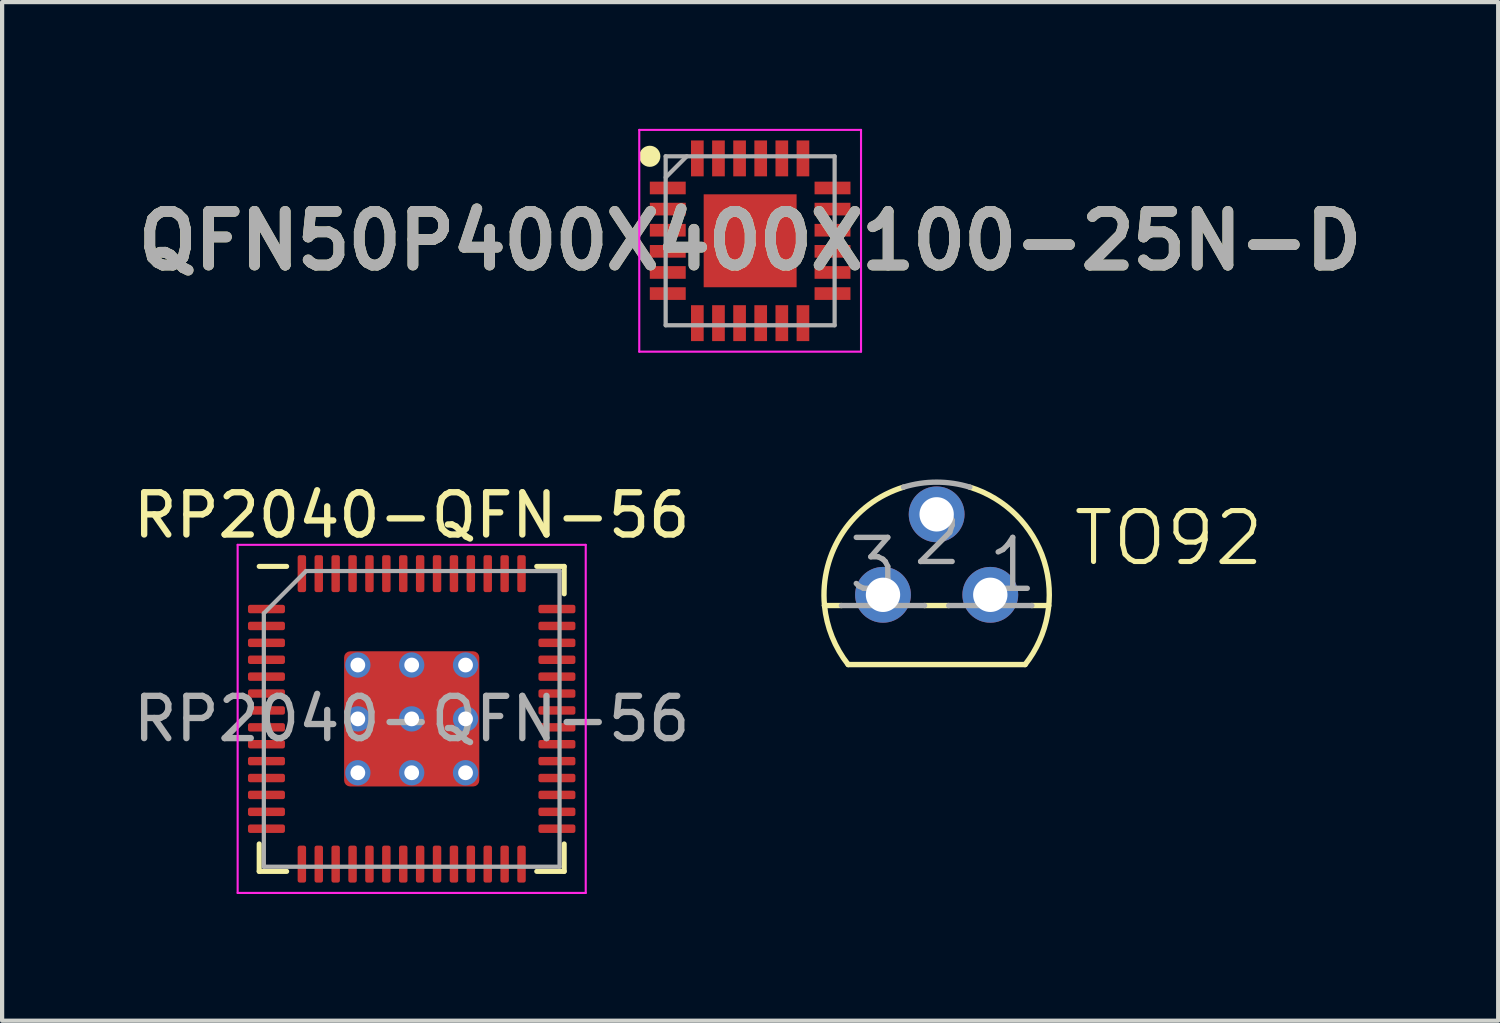
<source format=kicad_pcb>
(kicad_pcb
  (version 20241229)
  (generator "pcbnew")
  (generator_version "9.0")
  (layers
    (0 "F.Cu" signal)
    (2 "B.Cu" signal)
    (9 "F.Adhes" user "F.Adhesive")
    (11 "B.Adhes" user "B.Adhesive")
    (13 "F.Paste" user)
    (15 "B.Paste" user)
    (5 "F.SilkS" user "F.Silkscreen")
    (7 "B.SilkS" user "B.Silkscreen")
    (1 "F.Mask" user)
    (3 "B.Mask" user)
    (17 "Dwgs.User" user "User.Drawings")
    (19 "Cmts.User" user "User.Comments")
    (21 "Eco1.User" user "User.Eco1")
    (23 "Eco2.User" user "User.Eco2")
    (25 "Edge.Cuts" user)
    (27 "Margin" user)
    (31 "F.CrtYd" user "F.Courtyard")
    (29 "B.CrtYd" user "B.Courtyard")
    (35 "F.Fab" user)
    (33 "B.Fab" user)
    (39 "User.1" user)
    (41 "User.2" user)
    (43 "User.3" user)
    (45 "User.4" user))
  (footprint "TO92"
    (layer "F.Cu")
    (at 19.123 11.031)
    (property "Reference" "TO92" (at 3.175 -0.635 180) (layer "F.SilkS") (effects (font (size 1.206 1.206) (thickness 0.121)) (justify left bottom)))
    (attr through_hole)
    (fp_line (start -2.655 0.254) (end -2.254 0.254) (stroke (width 0.127) (type solid)) (layer "F.SilkS"))
    (fp_line (start -2.095 1.651) (end 2.095 1.651) (stroke (width 0.127) (type solid)) (layer "F.SilkS"))
    (fp_line (start -0.286 0.254) (end 0.286 0.254) (stroke (width 0.127) (type solid)) (layer "F.SilkS"))
    (fp_line (start 2.254 0.254) (end 2.655 0.254) (stroke (width 0.127) (type solid)) (layer "F.SilkS"))
    (fp_arc (start -2.6549 0.254) (mid -2.219001 -1.479566) (end -0.786299 -2.548501) (stroke (width 0.127) (type solid)) (layer "F.SilkS"))
    (fp_arc (start -2.0946 1.651) (mid -2.475347 0.992847) (end -2.654901 0.254) (stroke (width 0.127) (type solid)) (layer "F.SilkS"))
    (fp_arc (start 0.7863 -2.5484) (mid 2.546275 -0.793203) (end 2.094499 1.651) (stroke (width 0.127) (type solid)) (layer "F.SilkS"))
    (fp_line (start -2.254 0.254) (end -0.286 0.254) (stroke (width 0.127) (type solid)) (layer "F.Fab"))
    (fp_line (start 0.286 0.254) (end 2.254 0.254) (stroke (width 0.127) (type solid)) (layer "F.Fab"))
    (fp_arc (start -0.7863 -2.5485) (mid 0 -2.667043) (end 0.7863 -2.5485) (stroke (width 0.127) (type solid)) (layer "F.Fab"))
    (fp_text user "2" (at -0.635 -0.635 0) (layer "F.Fab") (effects (font (size 1.206 1.206) (thickness 0.127)) (justify left bottom)))
    (fp_text user "3" (at -2.159 0 0) (layer "F.Fab") (effects (font (size 1.206 1.206) (thickness 0.127)) (justify left bottom)))
    (fp_text user "1" (at 1.143 0 0) (layer "F.Fab") (effects (font (size 1.206 1.206) (thickness 0.127)) (justify left bottom)))
    (pad "1" thru_hole circle (at 1.27 0) (size 1.321 1.321) (drill 0.813) (layers "*.Cu" "*.Mask"))
    (pad "2" thru_hole circle (at 0 -1.905) (size 1.321 1.321) (drill 0.813) (layers "*.Cu" "*.Mask"))
    (pad "3" thru_hole circle (at -1.27 0) (size 1.321 1.321) (drill 0.813) (layers "*.Cu" "*.Mask")))
  (footprint "QFN50P400X400X100-25N-D"
    (layer "F.Cu")
    (at 14.708 2.65)
    (property "Reference" "QFN50P400X400X100-25N-D" (at 0 0 0) (layer "F.SilkS") (effects (font (size 1.27 1.27) (thickness 0.254))))
    (attr smd)
    (fp_circle (center -2.375 -2) (end -2.375 -1.875) (stroke (width 0.25) (type solid)) (fill no) (layer "F.SilkS"))
    (fp_line (start -2.625 -2.625) (end 2.625 -2.625) (stroke (width 0.05) (type solid)) (layer "F.CrtYd"))
    (fp_line (start -2.625 2.625) (end -2.625 -2.625) (stroke (width 0.05) (type solid)) (layer "F.CrtYd"))
    (fp_line (start 2.625 -2.625) (end 2.625 2.625) (stroke (width 0.05) (type solid)) (layer "F.CrtYd"))
    (fp_line (start 2.625 2.625) (end -2.625 2.625) (stroke (width 0.05) (type solid)) (layer "F.CrtYd"))
    (fp_line (start -2 -2) (end 2 -2) (stroke (width 0.1) (type solid)) (layer "F.Fab"))
    (fp_line (start -2 -1.5) (end -1.5 -2) (stroke (width 0.1) (type solid)) (layer "F.Fab"))
    (fp_line (start -2 2) (end -2 -2) (stroke (width 0.1) (type solid)) (layer "F.Fab"))
    (fp_line (start 2 -2) (end 2 2) (stroke (width 0.1) (type solid)) (layer "F.Fab"))
    (fp_line (start 2 2) (end -2 2) (stroke (width 0.1) (type solid)) (layer "F.Fab"))
    (fp_text user "${REFERENCE}" (at 0 0 0) (layer "F.Fab") (effects (font (size 1.27 1.27) (thickness 0.254))))
    (pad "1" smd rect (at -1.95 -1.25 90) (size 0.3 0.85) (layers "F.Cu" "F.Mask" "F.Paste"))
    (pad "2" smd rect (at -1.95 -0.75 90) (size 0.3 0.85) (layers "F.Cu" "F.Mask" "F.Paste"))
    (pad "3" smd rect (at -1.95 -0.25 90) (size 0.3 0.85) (layers "F.Cu" "F.Mask" "F.Paste"))
    (pad "4" smd rect (at -1.95 0.25 90) (size 0.3 0.85) (layers "F.Cu" "F.Mask" "F.Paste"))
    (pad "5" smd rect (at -1.95 0.75 90) (size 0.3 0.85) (layers "F.Cu" "F.Mask" "F.Paste"))
    (pad "6" smd rect (at -1.95 1.25 90) (size 0.3 0.85) (layers "F.Cu" "F.Mask" "F.Paste"))
    (pad "7" smd rect (at -1.25 1.95) (size 0.3 0.85) (layers "F.Cu" "F.Mask" "F.Paste"))
    (pad "8" smd rect (at -0.75 1.95) (size 0.3 0.85) (layers "F.Cu" "F.Mask" "F.Paste"))
    (pad "9" smd rect (at -0.25 1.95) (size 0.3 0.85) (layers "F.Cu" "F.Mask" "F.Paste"))
    (pad "10" smd rect (at 0.25 1.95) (size 0.3 0.85) (layers "F.Cu" "F.Mask" "F.Paste"))
    (pad "11" smd rect (at 0.75 1.95) (size 0.3 0.85) (layers "F.Cu" "F.Mask" "F.Paste"))
    (pad "12" smd rect (at 1.25 1.95) (size 0.3 0.85) (layers "F.Cu" "F.Mask" "F.Paste"))
    (pad "13" smd rect (at 1.95 1.25 90) (size 0.3 0.85) (layers "F.Cu" "F.Mask" "F.Paste"))
    (pad "14" smd rect (at 1.95 0.75 90) (size 0.3 0.85) (layers "F.Cu" "F.Mask" "F.Paste"))
    (pad "15" smd rect (at 1.95 0.25 90) (size 0.3 0.85) (layers "F.Cu" "F.Mask" "F.Paste"))
    (pad "16" smd rect (at 1.95 -0.25 90) (size 0.3 0.85) (layers "F.Cu" "F.Mask" "F.Paste"))
    (pad "17" smd rect (at 1.95 -0.75 90) (size 0.3 0.85) (layers "F.Cu" "F.Mask" "F.Paste"))
    (pad "18" smd rect (at 1.95 -1.25 90) (size 0.3 0.85) (layers "F.Cu" "F.Mask" "F.Paste"))
    (pad "19" smd rect (at 1.25 -1.95) (size 0.3 0.85) (layers "F.Cu" "F.Mask" "F.Paste"))
    (pad "20" smd rect (at 0.75 -1.95) (size 0.3 0.85) (layers "F.Cu" "F.Mask" "F.Paste"))
    (pad "21" smd rect (at 0.25 -1.95) (size 0.3 0.85) (layers "F.Cu" "F.Mask" "F.Paste"))
    (pad "22" smd rect (at -0.25 -1.95) (size 0.3 0.85) (layers "F.Cu" "F.Mask" "F.Paste"))
    (pad "23" smd rect (at -0.75 -1.95) (size 0.3 0.85) (layers "F.Cu" "F.Mask" "F.Paste"))
    (pad "24" smd rect (at -1.25 -1.95) (size 0.3 0.85) (layers "F.Cu" "F.Mask" "F.Paste"))
    (pad "25" smd rect (at 0 0) (size 2.2 2.2) (layers "F.Cu" "F.Mask" "F.Paste")))
  (footprint "RP2040-QFN-56"
    (layer "F.Cu")
    (at 6.696 13.968)
    (property "Reference" "RP2040-QFN-56" (at 0 -4.82 0) (layer "F.SilkS") (effects (font (size 1 1) (thickness 0.15))))
    (attr smd)
    (fp_line (start -3.61 3.61) (end -3.61 2.96) (stroke (width 0.12) (type solid)) (layer "F.SilkS"))
    (fp_line (start -2.96 -3.61) (end -3.61 -3.61) (stroke (width 0.12) (type solid)) (layer "F.SilkS"))
    (fp_line (start -2.96 3.61) (end -3.61 3.61) (stroke (width 0.12) (type solid)) (layer "F.SilkS"))
    (fp_line (start 2.96 -3.61) (end 3.61 -3.61) (stroke (width 0.12) (type solid)) (layer "F.SilkS"))
    (fp_line (start 2.96 3.61) (end 3.61 3.61) (stroke (width 0.12) (type solid)) (layer "F.SilkS"))
    (fp_line (start 3.61 -3.61) (end 3.61 -2.96) (stroke (width 0.12) (type solid)) (layer "F.SilkS"))
    (fp_line (start 3.61 3.61) (end 3.61 2.96) (stroke (width 0.12) (type solid)) (layer "F.SilkS"))
    (fp_line (start -4.12 -4.12) (end -4.12 4.12) (stroke (width 0.05) (type solid)) (layer "F.CrtYd"))
    (fp_line (start -4.12 4.12) (end 4.12 4.12) (stroke (width 0.05) (type solid)) (layer "F.CrtYd"))
    (fp_line (start 4.12 -4.12) (end -4.12 -4.12) (stroke (width 0.05) (type solid)) (layer "F.CrtYd"))
    (fp_line (start 4.12 4.12) (end 4.12 -4.12) (stroke (width 0.05) (type solid)) (layer "F.CrtYd"))
    (fp_line (start -3.5 -2.5) (end -2.5 -3.5) (stroke (width 0.1) (type solid)) (layer "F.Fab"))
    (fp_line (start -3.5 3.5) (end -3.5 -2.5) (stroke (width 0.1) (type solid)) (layer "F.Fab"))
    (fp_line (start -2.5 -3.5) (end 3.5 -3.5) (stroke (width 0.1) (type solid)) (layer "F.Fab"))
    (fp_line (start 3.5 -3.5) (end 3.5 3.5) (stroke (width 0.1) (type solid)) (layer "F.Fab"))
    (fp_line (start 3.5 3.5) (end -3.5 3.5) (stroke (width 0.1) (type solid)) (layer "F.Fab"))
    (fp_text user "${REFERENCE}" (at 0 0 0) (layer "F.Fab") (effects (font (size 1 1) (thickness 0.15))))
    (pad "" smd roundrect (at -0.637 -0.637) (size 1.084 1.084) (layers "F.Paste") (roundrect_rratio 0.231))
    (pad "" smd roundrect (at -0.637 0.637) (size 1.084 1.084) (layers "F.Paste") (roundrect_rratio 0.231))
    (pad "" smd roundrect (at 0.637 -0.637) (size 1.084 1.084) (layers "F.Paste") (roundrect_rratio 0.231))
    (pad "" smd roundrect (at 0.637 0.637) (size 1.084 1.084) (layers "F.Paste") (roundrect_rratio 0.231))
    (pad "1" smd roundrect (at -3.438 -2.6) (size 0.875 0.2) (layers "F.Cu" "F.Mask" "F.Paste") (roundrect_rratio 0.25))
    (pad "2" smd roundrect (at -3.438 -2.2) (size 0.875 0.2) (layers "F.Cu" "F.Mask" "F.Paste") (roundrect_rratio 0.25))
    (pad "3" smd roundrect (at -3.438 -1.8) (size 0.875 0.2) (layers "F.Cu" "F.Mask" "F.Paste") (roundrect_rratio 0.25))
    (pad "4" smd roundrect (at -3.438 -1.4) (size 0.875 0.2) (layers "F.Cu" "F.Mask" "F.Paste") (roundrect_rratio 0.25))
    (pad "5" smd roundrect (at -3.438 -1) (size 0.875 0.2) (layers "F.Cu" "F.Mask" "F.Paste") (roundrect_rratio 0.25))
    (pad "6" smd roundrect (at -3.438 -0.6) (size 0.875 0.2) (layers "F.Cu" "F.Mask" "F.Paste") (roundrect_rratio 0.25))
    (pad "7" smd roundrect (at -3.438 -0.2) (size 0.875 0.2) (layers "F.Cu" "F.Mask" "F.Paste") (roundrect_rratio 0.25))
    (pad "8" smd roundrect (at -3.438 0.2) (size 0.875 0.2) (layers "F.Cu" "F.Mask" "F.Paste") (roundrect_rratio 0.25))
    (pad "9" smd roundrect (at -3.438 0.6) (size 0.875 0.2) (layers "F.Cu" "F.Mask" "F.Paste") (roundrect_rratio 0.25))
    (pad "10" smd roundrect (at -3.438 1) (size 0.875 0.2) (layers "F.Cu" "F.Mask" "F.Paste") (roundrect_rratio 0.25))
    (pad "11" smd roundrect (at -3.438 1.4) (size 0.875 0.2) (layers "F.Cu" "F.Mask" "F.Paste") (roundrect_rratio 0.25))
    (pad "12" smd roundrect (at -3.438 1.8) (size 0.875 0.2) (layers "F.Cu" "F.Mask" "F.Paste") (roundrect_rratio 0.25))
    (pad "13" smd roundrect (at -3.438 2.2) (size 0.875 0.2) (layers "F.Cu" "F.Mask" "F.Paste") (roundrect_rratio 0.25))
    (pad "14" smd roundrect (at -3.438 2.6) (size 0.875 0.2) (layers "F.Cu" "F.Mask" "F.Paste") (roundrect_rratio 0.25))
    (pad "15" smd roundrect (at -2.6 3.438) (size 0.2 0.875) (layers "F.Cu" "F.Mask" "F.Paste") (roundrect_rratio 0.25))
    (pad "16" smd roundrect (at -2.2 3.438) (size 0.2 0.875) (layers "F.Cu" "F.Mask" "F.Paste") (roundrect_rratio 0.25))
    (pad "17" smd roundrect (at -1.8 3.438) (size 0.2 0.875) (layers "F.Cu" "F.Mask" "F.Paste") (roundrect_rratio 0.25))
    (pad "18" smd roundrect (at -1.4 3.438) (size 0.2 0.875) (layers "F.Cu" "F.Mask" "F.Paste") (roundrect_rratio 0.25))
    (pad "19" smd roundrect (at -1 3.438) (size 0.2 0.875) (layers "F.Cu" "F.Mask" "F.Paste") (roundrect_rratio 0.25))
    (pad "20" smd roundrect (at -0.6 3.438) (size 0.2 0.875) (layers "F.Cu" "F.Mask" "F.Paste") (roundrect_rratio 0.25))
    (pad "21" smd roundrect (at -0.2 3.438) (size 0.2 0.875) (layers "F.Cu" "F.Mask" "F.Paste") (roundrect_rratio 0.25))
    (pad "22" smd roundrect (at 0.2 3.438) (size 0.2 0.875) (layers "F.Cu" "F.Mask" "F.Paste") (roundrect_rratio 0.25))
    (pad "23" smd roundrect (at 0.6 3.438) (size 0.2 0.875) (layers "F.Cu" "F.Mask" "F.Paste") (roundrect_rratio 0.25))
    (pad "24" smd roundrect (at 1 3.438) (size 0.2 0.875) (layers "F.Cu" "F.Mask" "F.Paste") (roundrect_rratio 0.25))
    (pad "25" smd roundrect (at 1.4 3.438) (size 0.2 0.875) (layers "F.Cu" "F.Mask" "F.Paste") (roundrect_rratio 0.25))
    (pad "26" smd roundrect (at 1.8 3.438) (size 0.2 0.875) (layers "F.Cu" "F.Mask" "F.Paste") (roundrect_rratio 0.25))
    (pad "27" smd roundrect (at 2.2 3.438) (size 0.2 0.875) (layers "F.Cu" "F.Mask" "F.Paste") (roundrect_rratio 0.25))
    (pad "28" smd roundrect (at 2.6 3.438) (size 0.2 0.875) (layers "F.Cu" "F.Mask" "F.Paste") (roundrect_rratio 0.25))
    (pad "29" smd roundrect (at 3.438 2.6) (size 0.875 0.2) (layers "F.Cu" "F.Mask" "F.Paste") (roundrect_rratio 0.25))
    (pad "30" smd roundrect (at 3.438 2.2) (size 0.875 0.2) (layers "F.Cu" "F.Mask" "F.Paste") (roundrect_rratio 0.25))
    (pad "31" smd roundrect (at 3.438 1.8) (size 0.875 0.2) (layers "F.Cu" "F.Mask" "F.Paste") (roundrect_rratio 0.25))
    (pad "32" smd roundrect (at 3.438 1.4) (size 0.875 0.2) (layers "F.Cu" "F.Mask" "F.Paste") (roundrect_rratio 0.25))
    (pad "33" smd roundrect (at 3.438 1) (size 0.875 0.2) (layers "F.Cu" "F.Mask" "F.Paste") (roundrect_rratio 0.25))
    (pad "34" smd roundrect (at 3.438 0.6) (size 0.875 0.2) (layers "F.Cu" "F.Mask" "F.Paste") (roundrect_rratio 0.25))
    (pad "35" smd roundrect (at 3.438 0.2) (size 0.875 0.2) (layers "F.Cu" "F.Mask" "F.Paste") (roundrect_rratio 0.25))
    (pad "36" smd roundrect (at 3.438 -0.2) (size 0.875 0.2) (layers "F.Cu" "F.Mask" "F.Paste") (roundrect_rratio 0.25))
    (pad "37" smd roundrect (at 3.438 -0.6) (size 0.875 0.2) (layers "F.Cu" "F.Mask" "F.Paste") (roundrect_rratio 0.25))
    (pad "38" smd roundrect (at 3.438 -1) (size 0.875 0.2) (layers "F.Cu" "F.Mask" "F.Paste") (roundrect_rratio 0.25))
    (pad "39" smd roundrect (at 3.438 -1.4) (size 0.875 0.2) (layers "F.Cu" "F.Mask" "F.Paste") (roundrect_rratio 0.25))
    (pad "40" smd roundrect (at 3.438 -1.8) (size 0.875 0.2) (layers "F.Cu" "F.Mask" "F.Paste") (roundrect_rratio 0.25))
    (pad "41" smd roundrect (at 3.438 -2.2) (size 0.875 0.2) (layers "F.Cu" "F.Mask" "F.Paste") (roundrect_rratio 0.25))
    (pad "42" smd roundrect (at 3.438 -2.6) (size 0.875 0.2) (layers "F.Cu" "F.Mask" "F.Paste") (roundrect_rratio 0.25))
    (pad "43" smd roundrect (at 2.6 -3.438) (size 0.2 0.875) (layers "F.Cu" "F.Mask" "F.Paste") (roundrect_rratio 0.25))
    (pad "44" smd roundrect (at 2.2 -3.438) (size 0.2 0.875) (layers "F.Cu" "F.Mask" "F.Paste") (roundrect_rratio 0.25))
    (pad "45" smd roundrect (at 1.8 -3.438) (size 0.2 0.875) (layers "F.Cu" "F.Mask" "F.Paste") (roundrect_rratio 0.25))
    (pad "46" smd roundrect (at 1.4 -3.438) (size 0.2 0.875) (layers "F.Cu" "F.Mask" "F.Paste") (roundrect_rratio 0.25))
    (pad "47" smd roundrect (at 1 -3.438) (size 0.2 0.875) (layers "F.Cu" "F.Mask" "F.Paste") (roundrect_rratio 0.25))
    (pad "48" smd roundrect (at 0.6 -3.438) (size 0.2 0.875) (layers "F.Cu" "F.Mask" "F.Paste") (roundrect_rratio 0.25))
    (pad "49" smd roundrect (at 0.2 -3.438) (size 0.2 0.875) (layers "F.Cu" "F.Mask" "F.Paste") (roundrect_rratio 0.25))
    (pad "50" smd roundrect (at -0.2 -3.438) (size 0.2 0.875) (layers "F.Cu" "F.Mask" "F.Paste") (roundrect_rratio 0.25))
    (pad "51" smd roundrect (at -0.6 -3.438) (size 0.2 0.875) (layers "F.Cu" "F.Mask" "F.Paste") (roundrect_rratio 0.25))
    (pad "52" smd roundrect (at -1 -3.438) (size 0.2 0.875) (layers "F.Cu" "F.Mask" "F.Paste") (roundrect_rratio 0.25))
    (pad "53" smd roundrect (at -1.4 -3.438) (size 0.2 0.875) (layers "F.Cu" "F.Mask" "F.Paste") (roundrect_rratio 0.25))
    (pad "54" smd roundrect (at -1.8 -3.438) (size 0.2 0.875) (layers "F.Cu" "F.Mask" "F.Paste") (roundrect_rratio 0.25))
    (pad "55" smd roundrect (at -2.2 -3.438) (size 0.2 0.875) (layers "F.Cu" "F.Mask" "F.Paste") (roundrect_rratio 0.25))
    (pad "56" smd roundrect (at -2.6 -3.438) (size 0.2 0.875) (layers "F.Cu" "F.Mask" "F.Paste") (roundrect_rratio 0.25))
    (pad "57" thru_hole circle (at -1.275 -1.275) (size 0.6 0.6) (drill 0.35) (layers "*.Cu"))
    (pad "57" thru_hole circle (at -1.275 0) (size 0.6 0.6) (drill 0.35) (layers "*.Cu"))
    (pad "57" thru_hole circle (at -1.275 1.275) (size 0.6 0.6) (drill 0.35) (layers "*.Cu"))
    (pad "57" thru_hole circle (at 0 -1.275) (size 0.6 0.6) (drill 0.35) (layers "*.Cu"))
    (pad "57" thru_hole circle (at 0 0) (size 0.6 0.6) (drill 0.35) (layers "*.Cu"))
    (pad "57" smd roundrect (at 0 0) (size 3.2 3.2) (layers "F.Cu" "F.Mask") (roundrect_rratio 0.045))
    (pad "57" thru_hole circle (at 0 1.275) (size 0.6 0.6) (drill 0.35) (layers "*.Cu"))
    (pad "57" thru_hole circle (at 1.275 -1.275) (size 0.6 0.6) (drill 0.35) (layers "*.Cu"))
    (pad "57" thru_hole circle (at 1.275 0) (size 0.6 0.6) (drill 0.35) (layers "*.Cu"))
    (pad "57" thru_hole circle (at 1.275 1.275) (size 0.6 0.6) (drill 0.35) (layers "*.Cu")))
  (gr_rect
    (start -3 -3)
    (end 32.416 21.113)
    (stroke (width 0.1) (type default))
    (fill no)
    (layer "Edge.Cuts")))
</source>
